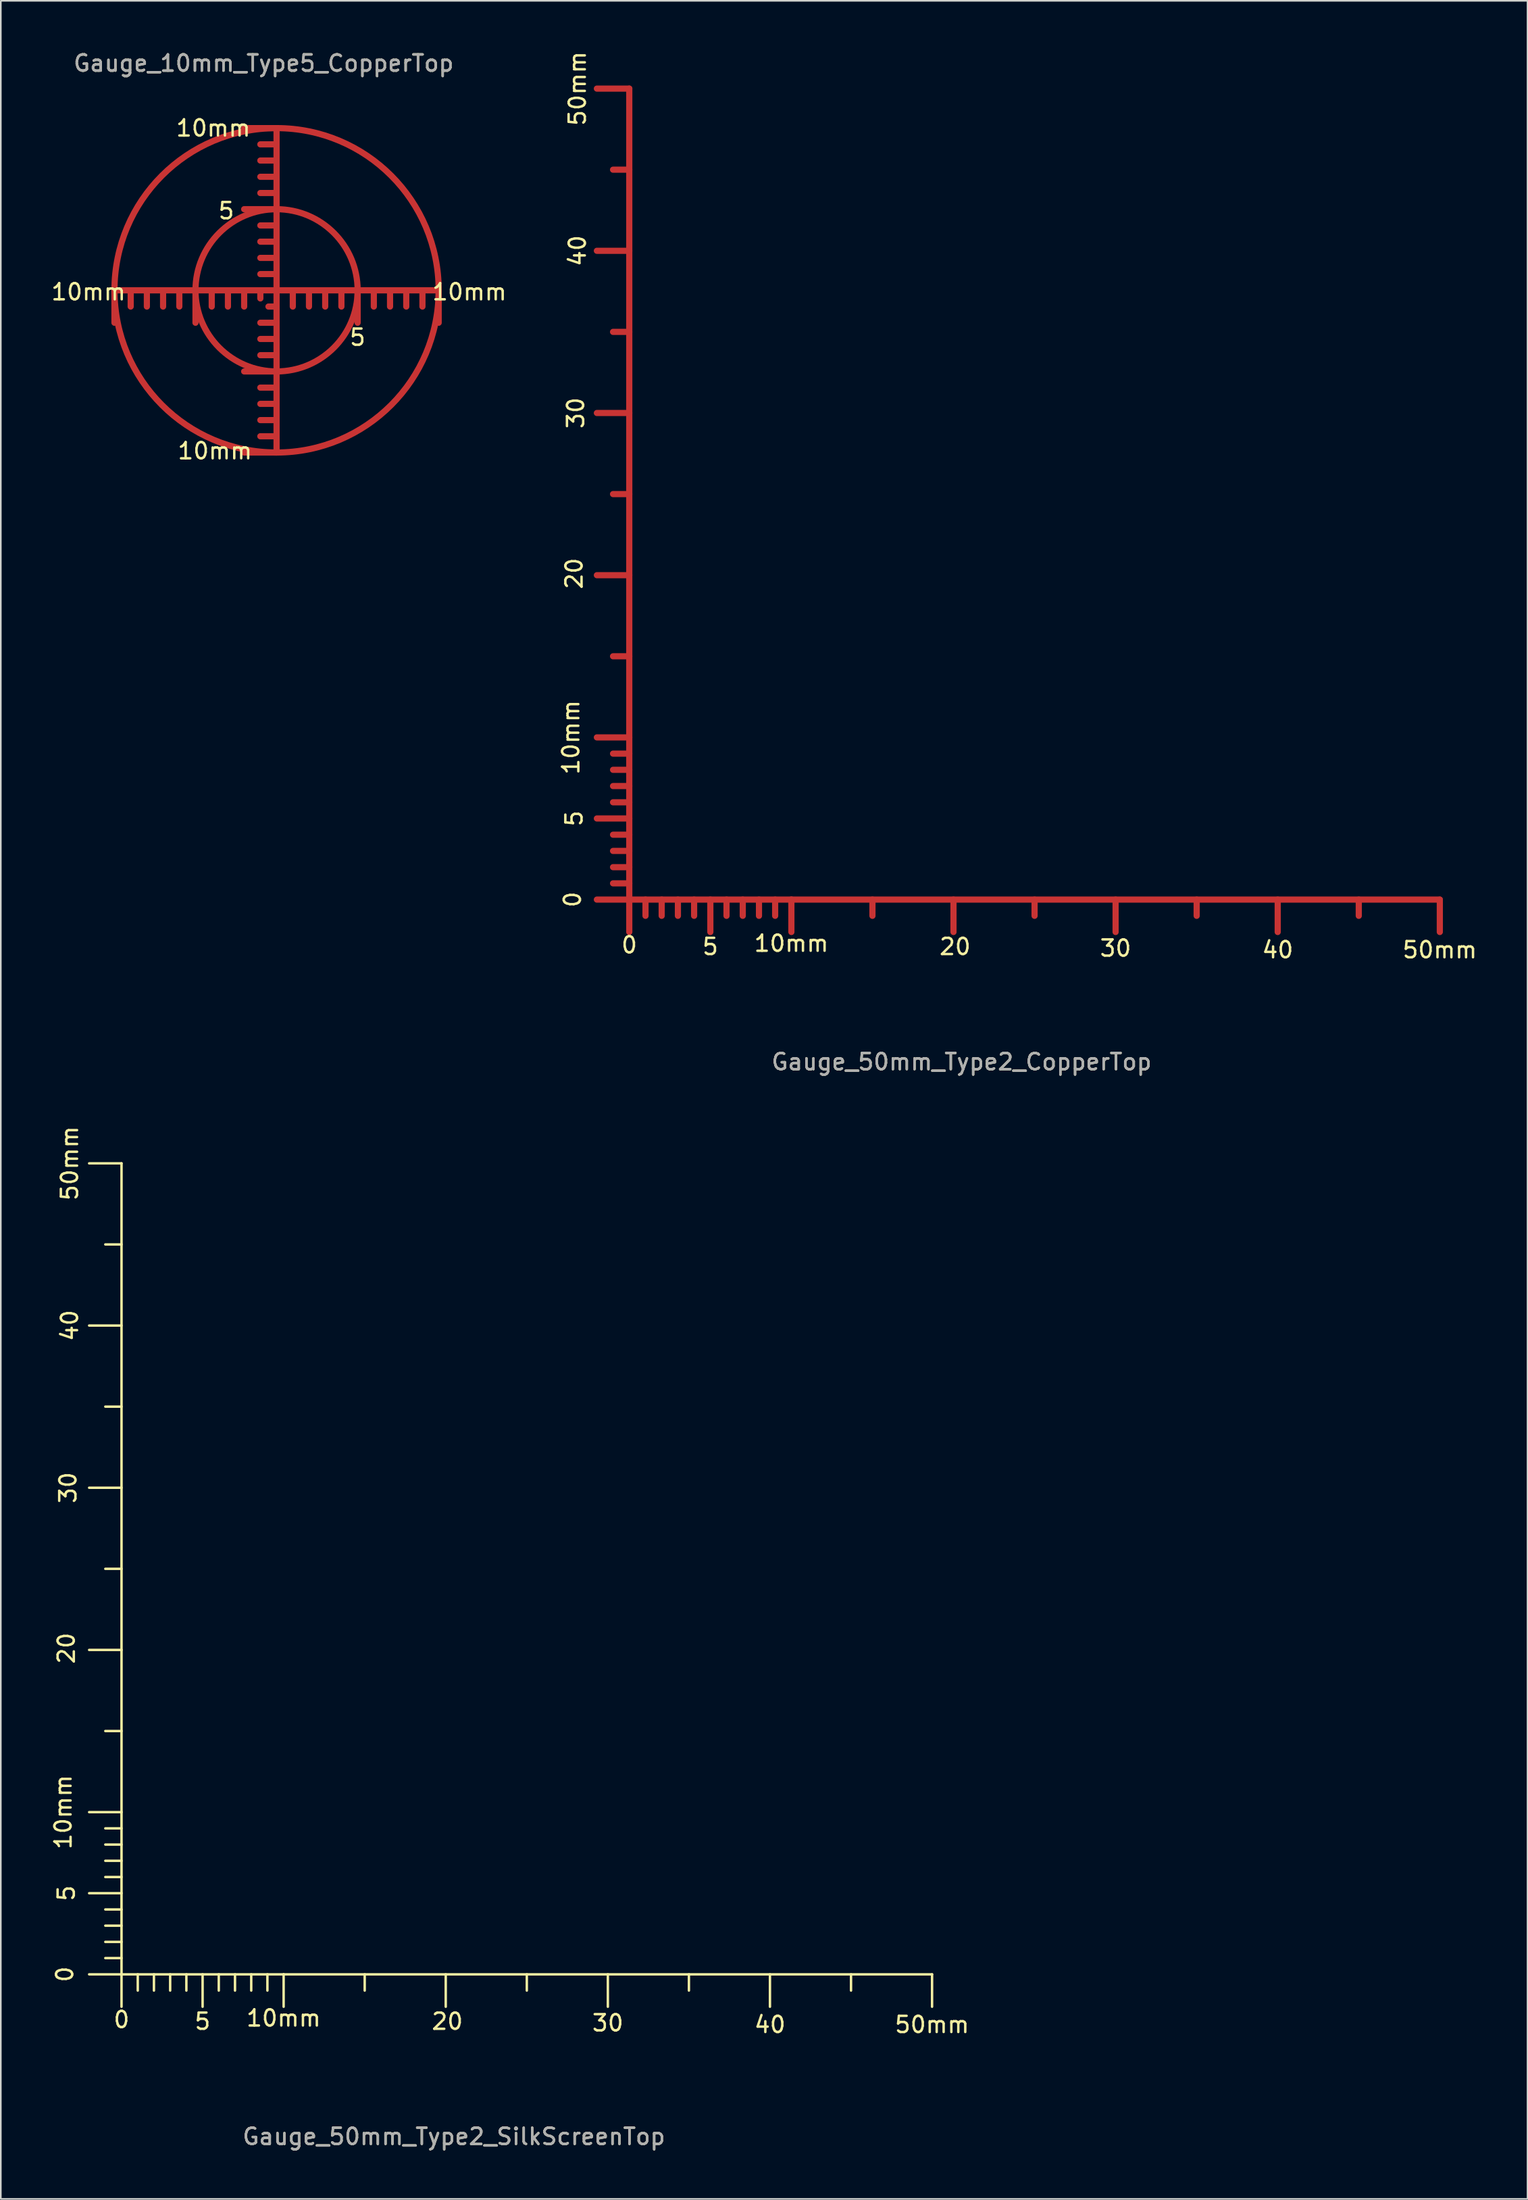
<source format=kicad_pcb>
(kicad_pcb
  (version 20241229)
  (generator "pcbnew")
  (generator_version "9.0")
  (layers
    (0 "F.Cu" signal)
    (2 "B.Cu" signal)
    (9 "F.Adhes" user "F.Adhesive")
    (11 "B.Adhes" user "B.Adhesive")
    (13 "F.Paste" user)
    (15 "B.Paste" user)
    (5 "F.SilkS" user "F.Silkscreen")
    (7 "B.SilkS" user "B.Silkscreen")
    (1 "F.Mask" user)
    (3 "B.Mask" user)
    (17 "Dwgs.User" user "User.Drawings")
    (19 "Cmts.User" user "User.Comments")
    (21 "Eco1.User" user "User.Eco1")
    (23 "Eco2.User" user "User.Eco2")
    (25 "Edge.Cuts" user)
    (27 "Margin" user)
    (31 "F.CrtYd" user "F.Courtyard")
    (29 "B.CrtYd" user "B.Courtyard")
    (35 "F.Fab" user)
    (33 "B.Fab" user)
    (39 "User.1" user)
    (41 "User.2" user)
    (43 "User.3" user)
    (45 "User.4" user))
  (footprint "Gauge_50mm_Type2_CopperTop"
    (layer "F.Cu")
    (at 35.769 52.413)
    (property "Reference" "Gauge_50mm_Type2_CopperTop" (at 20.5 10 0) (layer "F.SilkS") (effects (font (size 1 1) (thickness 0.15))))
    (attr exclude_from_pos_files exclude_from_bom)
    (fp_line (start 0 -50) (end -1.999 -50) (stroke (width 0.381) (type solid)) (layer "F.Cu"))
    (fp_line (start 0 -45.001) (end -1.001 -45.001) (stroke (width 0.381) (type solid)) (layer "F.Cu"))
    (fp_line (start 0 -40) (end -1.999 -40) (stroke (width 0.381) (type solid)) (layer "F.Cu"))
    (fp_line (start 0 -35.001) (end -1.001 -35.001) (stroke (width 0.381) (type solid)) (layer "F.Cu"))
    (fp_line (start 0 -30) (end -1.999 -30) (stroke (width 0.381) (type solid)) (layer "F.Cu"))
    (fp_line (start 0 -25.001) (end -1.001 -25.001) (stroke (width 0.381) (type solid)) (layer "F.Cu"))
    (fp_line (start 0 -20) (end -1.999 -20) (stroke (width 0.381) (type solid)) (layer "F.Cu"))
    (fp_line (start 0 -15.001) (end -1.001 -15.001) (stroke (width 0.381) (type solid)) (layer "F.Cu"))
    (fp_line (start 0 -10) (end -1.999 -10) (stroke (width 0.381) (type solid)) (layer "F.Cu"))
    (fp_line (start 0 -8.999) (end -1.001 -8.999) (stroke (width 0.381) (type solid)) (layer "F.Cu"))
    (fp_line (start 0 -8.001) (end -1.001 -8.001) (stroke (width 0.381) (type solid)) (layer "F.Cu"))
    (fp_line (start 0 -7) (end -1.001 -7) (stroke (width 0.381) (type solid)) (layer "F.Cu"))
    (fp_line (start 0 -5.999) (end -1.001 -5.999) (stroke (width 0.381) (type solid)) (layer "F.Cu"))
    (fp_line (start 0 -5.001) (end -1.999 -5.001) (stroke (width 0.381) (type solid)) (layer "F.Cu"))
    (fp_line (start 0 -4) (end -1.001 -4) (stroke (width 0.381) (type solid)) (layer "F.Cu"))
    (fp_line (start 0 -3) (end -1.001 -3) (stroke (width 0.381) (type solid)) (layer "F.Cu"))
    (fp_line (start 0 -1.999) (end -1.001 -1.999) (stroke (width 0.381) (type solid)) (layer "F.Cu"))
    (fp_line (start 0 -1.001) (end -1.001 -1.001) (stroke (width 0.381) (type solid)) (layer "F.Cu"))
    (fp_line (start 0 0) (end -1.999 0) (stroke (width 0.381) (type solid)) (layer "F.Cu"))
    (fp_line (start 0 0) (end 0 -50) (stroke (width 0.381) (type solid)) (layer "F.Cu"))
    (fp_line (start 0 0) (end 0 1.999) (stroke (width 0.381) (type solid)) (layer "F.Cu"))
    (fp_line (start 0 0) (end 10 0) (stroke (width 0.381) (type solid)) (layer "F.Cu"))
    (fp_line (start 1.001 0) (end 1.001 1.001) (stroke (width 0.381) (type solid)) (layer "F.Cu"))
    (fp_line (start 1.999 0) (end 1.999 1.001) (stroke (width 0.381) (type solid)) (layer "F.Cu"))
    (fp_line (start 3 0) (end 3 1.001) (stroke (width 0.381) (type solid)) (layer "F.Cu"))
    (fp_line (start 4 0) (end 4 1.001) (stroke (width 0.381) (type solid)) (layer "F.Cu"))
    (fp_line (start 5.001 0) (end 5.001 1.999) (stroke (width 0.381) (type solid)) (layer "F.Cu"))
    (fp_line (start 5.999 0) (end 5.999 1.001) (stroke (width 0.381) (type solid)) (layer "F.Cu"))
    (fp_line (start 7 0) (end 7 1.001) (stroke (width 0.381) (type solid)) (layer "F.Cu"))
    (fp_line (start 8.001 0) (end 8.001 1.001) (stroke (width 0.381) (type solid)) (layer "F.Cu"))
    (fp_line (start 8.999 0) (end 8.999 1.001) (stroke (width 0.381) (type solid)) (layer "F.Cu"))
    (fp_line (start 10 0) (end 10 1.999) (stroke (width 0.381) (type solid)) (layer "F.Cu"))
    (fp_line (start 10 0) (end 50 0) (stroke (width 0.381) (type solid)) (layer "F.Cu"))
    (fp_line (start 15.001 0) (end 15.001 1.001) (stroke (width 0.381) (type solid)) (layer "F.Cu"))
    (fp_line (start 20 0) (end 20 1.999) (stroke (width 0.381) (type solid)) (layer "F.Cu"))
    (fp_line (start 25.001 0) (end 25.001 1.001) (stroke (width 0.381) (type solid)) (layer "F.Cu"))
    (fp_line (start 30 0) (end 30 1.999) (stroke (width 0.381) (type solid)) (layer "F.Cu"))
    (fp_line (start 35.001 0) (end 35.001 1.001) (stroke (width 0.381) (type solid)) (layer "F.Cu"))
    (fp_line (start 40 0) (end 40 1.999) (stroke (width 0.381) (type solid)) (layer "F.Cu"))
    (fp_line (start 45.001 0) (end 45.001 1.001) (stroke (width 0.381) (type solid)) (layer "F.Cu"))
    (fp_line (start 50 0) (end 50 1.999) (stroke (width 0.381) (type solid)) (layer "F.Cu"))
    (fp_text user "20" (at -3.399 -20.102 90) (layer "F.SilkS") (effects (font (size 1 1) (thickness 0.15))))
    (fp_text user "50mm" (at 50 3.101 0) (layer "F.SilkS") (effects (font (size 1 1) (thickness 0.15))))
    (fp_text user "5" (at -3.399 -5.001 90) (layer "F.SilkS") (effects (font (size 1 1) (thickness 0.15))))
    (fp_text user "0" (at 0 2.799 0) (layer "F.SilkS") (effects (font (size 1 1) (thickness 0.15))))
    (fp_text user "30" (at -3.299 -30.002 90) (layer "F.SilkS") (effects (font (size 1 1) (thickness 0.15))))
    (fp_text user "10mm" (at -3.599 -10.003 90) (layer "F.SilkS") (effects (font (size 1 1) (thickness 0.15))))
    (fp_text user "40" (at 40 3.101 0) (layer "F.SilkS") (effects (font (size 1 1) (thickness 0.15))))
    (fp_text user "30" (at 30 3 0) (layer "F.SilkS") (effects (font (size 1 1) (thickness 0.15))))
    (fp_text user "0" (at -3.5 -0.003 90) (layer "F.SilkS") (effects (font (size 1 1) (thickness 0.15))))
    (fp_text user "5" (at 4.999 2.901 0) (layer "F.SilkS") (effects (font (size 1 1) (thickness 0.15))))
    (fp_text user "10mm" (at 10 2.7 0) (layer "F.SilkS") (effects (font (size 1 1) (thickness 0.15))))
    (fp_text user "20" (at 20.099 2.901 0) (layer "F.SilkS") (effects (font (size 1 1) (thickness 0.15))))
    (fp_text user "40" (at -3.198 -40.002 90) (layer "F.SilkS") (effects (font (size 1 1) (thickness 0.15))))
    (fp_text user "50mm" (at -3.198 -50.002 90) (layer "F.SilkS") (effects (font (size 1 1) (thickness 0.15))))
    (fp_text user "${REFERENCE}" (at 20.5 10 0) (layer "F.Fab") (effects (font (size 1 1) (thickness 0.15)))))
  (footprint "Gauge_10mm_Type5_CopperTop"
    (layer "F.Cu")
    (at 14.011 14.849)
    (property "Reference" "Gauge_10mm_Type5_CopperTop" (at -0.8 -14 0) (layer "F.SilkS") (effects (font (size 1 1) (thickness 0.15))))
    (attr exclude_from_pos_files exclude_from_bom)
    (fp_line (start -10 0) (end -10 1.999) (stroke (width 0.381) (type solid)) (layer "F.Cu"))
    (fp_line (start -8.999 0) (end -8.999 1.001) (stroke (width 0.381) (type solid)) (layer "F.Cu"))
    (fp_line (start -8.001 0) (end -8.001 1.001) (stroke (width 0.381) (type solid)) (layer "F.Cu"))
    (fp_line (start -7 0) (end -7 1.001) (stroke (width 0.381) (type solid)) (layer "F.Cu"))
    (fp_line (start -5.999 0) (end -5.999 1.001) (stroke (width 0.381) (type solid)) (layer "F.Cu"))
    (fp_line (start -5.001 0) (end -5.001 1.999) (stroke (width 0.381) (type solid)) (layer "F.Cu"))
    (fp_line (start -4 0) (end -4 1.001) (stroke (width 0.381) (type solid)) (layer "F.Cu"))
    (fp_line (start -3 0) (end -3 1.001) (stroke (width 0.381) (type solid)) (layer "F.Cu"))
    (fp_line (start -1.999 0) (end -1.999 1.001) (stroke (width 0.381) (type solid)) (layer "F.Cu"))
    (fp_line (start -1.001 0) (end -1.001 0.5) (stroke (width 0.381) (type solid)) (layer "F.Cu"))
    (fp_line (start 0 -10) (end -1.999 -10) (stroke (width 0.381) (type solid)) (layer "F.Cu"))
    (fp_line (start 0 -8.999) (end -1.001 -8.999) (stroke (width 0.381) (type solid)) (layer "F.Cu"))
    (fp_line (start 0 -8.001) (end -1.001 -8.001) (stroke (width 0.381) (type solid)) (layer "F.Cu"))
    (fp_line (start 0 -7) (end -1.001 -7) (stroke (width 0.381) (type solid)) (layer "F.Cu"))
    (fp_line (start 0 -5.999) (end -1.001 -5.999) (stroke (width 0.381) (type solid)) (layer "F.Cu"))
    (fp_line (start 0 -5.001) (end -1.999 -5.001) (stroke (width 0.381) (type solid)) (layer "F.Cu"))
    (fp_line (start 0 -4) (end -1.001 -4) (stroke (width 0.381) (type solid)) (layer "F.Cu"))
    (fp_line (start 0 -3) (end -1.001 -3) (stroke (width 0.381) (type solid)) (layer "F.Cu"))
    (fp_line (start 0 -1.999) (end -1.001 -1.999) (stroke (width 0.381) (type solid)) (layer "F.Cu"))
    (fp_line (start 0 -1.001) (end -1.001 -1.001) (stroke (width 0.381) (type solid)) (layer "F.Cu"))
    (fp_line (start 0 0) (end -10 0) (stroke (width 0.381) (type solid)) (layer "F.Cu"))
    (fp_line (start 0 0) (end 0 -10) (stroke (width 0.381) (type solid)) (layer "F.Cu"))
    (fp_line (start 0 0) (end 0 1.999) (stroke (width 0.381) (type solid)) (layer "F.Cu"))
    (fp_line (start 0 0) (end 10 0) (stroke (width 0.381) (type solid)) (layer "F.Cu"))
    (fp_line (start 0 1.001) (end -0.5 1.001) (stroke (width 0.381) (type solid)) (layer "F.Cu"))
    (fp_line (start 0 1.999) (end -1.001 1.999) (stroke (width 0.381) (type solid)) (layer "F.Cu"))
    (fp_line (start 0 1.999) (end 0 10) (stroke (width 0.381) (type solid)) (layer "F.Cu"))
    (fp_line (start 0 3) (end -1.001 3) (stroke (width 0.381) (type solid)) (layer "F.Cu"))
    (fp_line (start 0 4) (end -1.001 4) (stroke (width 0.381) (type solid)) (layer "F.Cu"))
    (fp_line (start 0 5.001) (end -1.999 5.001) (stroke (width 0.381) (type solid)) (layer "F.Cu"))
    (fp_line (start 0 5.999) (end -1.001 5.999) (stroke (width 0.381) (type solid)) (layer "F.Cu"))
    (fp_line (start 0 7) (end -1.001 7) (stroke (width 0.381) (type solid)) (layer "F.Cu"))
    (fp_line (start 0 8.001) (end -1.001 8.001) (stroke (width 0.381) (type solid)) (layer "F.Cu"))
    (fp_line (start 0 8.999) (end -1.001 8.999) (stroke (width 0.381) (type solid)) (layer "F.Cu"))
    (fp_line (start 0 10) (end -1.999 10) (stroke (width 0.381) (type solid)) (layer "F.Cu"))
    (fp_line (start 1.001 0) (end 1.001 1.001) (stroke (width 0.381) (type solid)) (layer "F.Cu"))
    (fp_line (start 1.999 0) (end 1.999 1.001) (stroke (width 0.381) (type solid)) (layer "F.Cu"))
    (fp_line (start 3 0) (end 3 1.001) (stroke (width 0.381) (type solid)) (layer "F.Cu"))
    (fp_line (start 4 0) (end 4 1.001) (stroke (width 0.381) (type solid)) (layer "F.Cu"))
    (fp_line (start 5.001 0) (end 5.001 1.999) (stroke (width 0.381) (type solid)) (layer "F.Cu"))
    (fp_line (start 5.999 0) (end 5.999 1.001) (stroke (width 0.381) (type solid)) (layer "F.Cu"))
    (fp_line (start 7 0) (end 7 1.001) (stroke (width 0.381) (type solid)) (layer "F.Cu"))
    (fp_line (start 8.001 0) (end 8.001 1.001) (stroke (width 0.381) (type solid)) (layer "F.Cu"))
    (fp_line (start 8.999 0) (end 8.999 1.001) (stroke (width 0.381) (type solid)) (layer "F.Cu"))
    (fp_line (start 10 0) (end 10 1.999) (stroke (width 0.381) (type solid)) (layer "F.Cu"))
    (fp_circle (center 0 0) (end 5.001 0) (stroke (width 0.381) (type solid)) (fill no) (layer "F.Cu"))
    (fp_circle (center 0 0) (end 10 0) (stroke (width 0.381) (type solid)) (fill no) (layer "F.Cu"))
    (fp_text user "5" (at 4.999 2.901 0) (layer "F.SilkS") (effects (font (size 1 1) (thickness 0.15))))
    (fp_text user "10mm" (at -3.8 9.901 0) (layer "F.SilkS") (effects (font (size 1 1) (thickness 0.15))))
    (fp_text user "10mm" (at -3.901 -10 0) (layer "F.SilkS") (effects (font (size 1 1) (thickness 0.15))))
    (fp_text user "10mm" (at -11.6 0.099 0) (layer "F.SilkS") (effects (font (size 1 1) (thickness 0.15))))
    (fp_text user "10mm" (at 11.9 0.099 0) (layer "F.SilkS") (effects (font (size 1 1) (thickness 0.15))))
    (fp_text user "5" (at -3.101 -4.9 0) (layer "F.SilkS") (effects (font (size 1 1) (thickness 0.15))))
    (fp_text user "${REFERENCE}" (at -0.8 -14 0) (layer "F.Fab") (effects (font (size 1 1) (thickness 0.15)))))
  (footprint "Gauge_50mm_Type2_SilkScreenTop"
    (layer "F.Cu")
    (at 4.447 118.675)
    (property "Reference" "Gauge_50mm_Type2_SilkScreenTop" (at 20.5 10 0) (layer "F.SilkS") (effects (font (size 1 1) (thickness 0.15))))
    (attr exclude_from_pos_files exclude_from_bom)
    (fp_line (start 0 -50) (end -1.999 -50) (stroke (width 0.15) (type solid)) (layer "F.SilkS"))
    (fp_line (start 0 -45.001) (end -1.001 -45.001) (stroke (width 0.15) (type solid)) (layer "F.SilkS"))
    (fp_line (start 0 -40) (end -1.999 -40) (stroke (width 0.15) (type solid)) (layer "F.SilkS"))
    (fp_line (start 0 -35.001) (end -1.001 -35.001) (stroke (width 0.15) (type solid)) (layer "F.SilkS"))
    (fp_line (start 0 -30) (end -1.999 -30) (stroke (width 0.15) (type solid)) (layer "F.SilkS"))
    (fp_line (start 0 -25.001) (end -1.001 -25.001) (stroke (width 0.15) (type solid)) (layer "F.SilkS"))
    (fp_line (start 0 -20) (end -1.999 -20) (stroke (width 0.15) (type solid)) (layer "F.SilkS"))
    (fp_line (start 0 -15.001) (end -1.001 -15.001) (stroke (width 0.15) (type solid)) (layer "F.SilkS"))
    (fp_line (start 0 -10) (end -1.999 -10) (stroke (width 0.15) (type solid)) (layer "F.SilkS"))
    (fp_line (start 0 -8.999) (end -1.001 -8.999) (stroke (width 0.15) (type solid)) (layer "F.SilkS"))
    (fp_line (start 0 -8.001) (end -1.001 -8.001) (stroke (width 0.15) (type solid)) (layer "F.SilkS"))
    (fp_line (start 0 -7) (end -1.001 -7) (stroke (width 0.15) (type solid)) (layer "F.SilkS"))
    (fp_line (start 0 -5.999) (end -1.001 -5.999) (stroke (width 0.15) (type solid)) (layer "F.SilkS"))
    (fp_line (start 0 -5.001) (end -1.999 -5.001) (stroke (width 0.15) (type solid)) (layer "F.SilkS"))
    (fp_line (start 0 -4) (end -1.001 -4) (stroke (width 0.15) (type solid)) (layer "F.SilkS"))
    (fp_line (start 0 -3) (end -1.001 -3) (stroke (width 0.15) (type solid)) (layer "F.SilkS"))
    (fp_line (start 0 -1.999) (end -1.001 -1.999) (stroke (width 0.15) (type solid)) (layer "F.SilkS"))
    (fp_line (start 0 -1.001) (end -1.001 -1.001) (stroke (width 0.15) (type solid)) (layer "F.SilkS"))
    (fp_line (start 0 0) (end -1.999 0) (stroke (width 0.15) (type solid)) (layer "F.SilkS"))
    (fp_line (start 0 0) (end 0 -50) (stroke (width 0.15) (type solid)) (layer "F.SilkS"))
    (fp_line (start 0 0) (end 0 1.999) (stroke (width 0.15) (type solid)) (layer "F.SilkS"))
    (fp_line (start 0 0) (end 10 0) (stroke (width 0.15) (type solid)) (layer "F.SilkS"))
    (fp_line (start 1.001 0) (end 1.001 1.001) (stroke (width 0.15) (type solid)) (layer "F.SilkS"))
    (fp_line (start 1.999 0) (end 1.999 1.001) (stroke (width 0.15) (type solid)) (layer "F.SilkS"))
    (fp_line (start 3 0) (end 3 1.001) (stroke (width 0.15) (type solid)) (layer "F.SilkS"))
    (fp_line (start 4 0) (end 4 1.001) (stroke (width 0.15) (type solid)) (layer "F.SilkS"))
    (fp_line (start 5.001 0) (end 5.001 1.999) (stroke (width 0.15) (type solid)) (layer "F.SilkS"))
    (fp_line (start 5.999 0) (end 5.999 1.001) (stroke (width 0.15) (type solid)) (layer "F.SilkS"))
    (fp_line (start 7 0) (end 7 1.001) (stroke (width 0.15) (type solid)) (layer "F.SilkS"))
    (fp_line (start 8.001 0) (end 8.001 1.001) (stroke (width 0.15) (type solid)) (layer "F.SilkS"))
    (fp_line (start 8.999 0) (end 8.999 1.001) (stroke (width 0.15) (type solid)) (layer "F.SilkS"))
    (fp_line (start 10 0) (end 10 1.999) (stroke (width 0.15) (type solid)) (layer "F.SilkS"))
    (fp_line (start 10 0) (end 50 0) (stroke (width 0.15) (type solid)) (layer "F.SilkS"))
    (fp_line (start 15.001 0) (end 15.001 1.001) (stroke (width 0.15) (type solid)) (layer "F.SilkS"))
    (fp_line (start 20 0) (end 20 1.999) (stroke (width 0.15) (type solid)) (layer "F.SilkS"))
    (fp_line (start 25.001 0) (end 25.001 1.001) (stroke (width 0.15) (type solid)) (layer "F.SilkS"))
    (fp_line (start 30 0) (end 30 1.999) (stroke (width 0.15) (type solid)) (layer "F.SilkS"))
    (fp_line (start 35.001 0) (end 35.001 1.001) (stroke (width 0.15) (type solid)) (layer "F.SilkS"))
    (fp_line (start 40 0) (end 40 1.999) (stroke (width 0.15) (type solid)) (layer "F.SilkS"))
    (fp_line (start 45.001 0) (end 45.001 1.001) (stroke (width 0.15) (type solid)) (layer "F.SilkS"))
    (fp_line (start 50 0) (end 50 1.999) (stroke (width 0.15) (type solid)) (layer "F.SilkS"))
    (fp_text user "40" (at 40 3.101 0) (layer "F.SilkS") (effects (font (size 1 1) (thickness 0.15))))
    (fp_text user "10mm" (at 10 2.7 0) (layer "F.SilkS") (effects (font (size 1 1) (thickness 0.15))))
    (fp_text user "20" (at -3.399 -20.102 90) (layer "F.SilkS") (effects (font (size 1 1) (thickness 0.15))))
    (fp_text user "40" (at -3.198 -40.002 90) (layer "F.SilkS") (effects (font (size 1 1) (thickness 0.15))))
    (fp_text user "30" (at -3.299 -30.002 90) (layer "F.SilkS") (effects (font (size 1 1) (thickness 0.15))))
    (fp_text user "5" (at -3.399 -5.001 90) (layer "F.SilkS") (effects (font (size 1 1) (thickness 0.15))))
    (fp_text user "20" (at 20.099 2.901 0) (layer "F.SilkS") (effects (font (size 1 1) (thickness 0.15))))
    (fp_text user "10mm" (at -3.599 -10.003 90) (layer "F.SilkS") (effects (font (size 1 1) (thickness 0.15))))
    (fp_text user "0" (at -3.5 -0.003 90) (layer "F.SilkS") (effects (font (size 1 1) (thickness 0.15))))
    (fp_text user "5" (at 4.999 2.901 0) (layer "F.SilkS") (effects (font (size 1 1) (thickness 0.15))))
    (fp_text user "50mm" (at -3.198 -50.002 90) (layer "F.SilkS") (effects (font (size 1 1) (thickness 0.15))))
    (fp_text user "50mm" (at 50 3.101 0) (layer "F.SilkS") (effects (font (size 1 1) (thickness 0.15))))
    (fp_text user "0" (at 0 2.799 0) (layer "F.SilkS") (effects (font (size 1 1) (thickness 0.15))))
    (fp_text user "30" (at 30 3 0) (layer "F.SilkS") (effects (font (size 1 1) (thickness 0.15))))
    (fp_text user "${REFERENCE}" (at 20.5 10 0) (layer "F.Fab") (effects (font (size 1 1) (thickness 0.15)))))
  (gr_rect
    (start -3 -3)
    (end 91.18 132.523)
    (stroke (width 0.1) (type default))
    (fill no)
    (layer "Edge.Cuts")))
</source>
